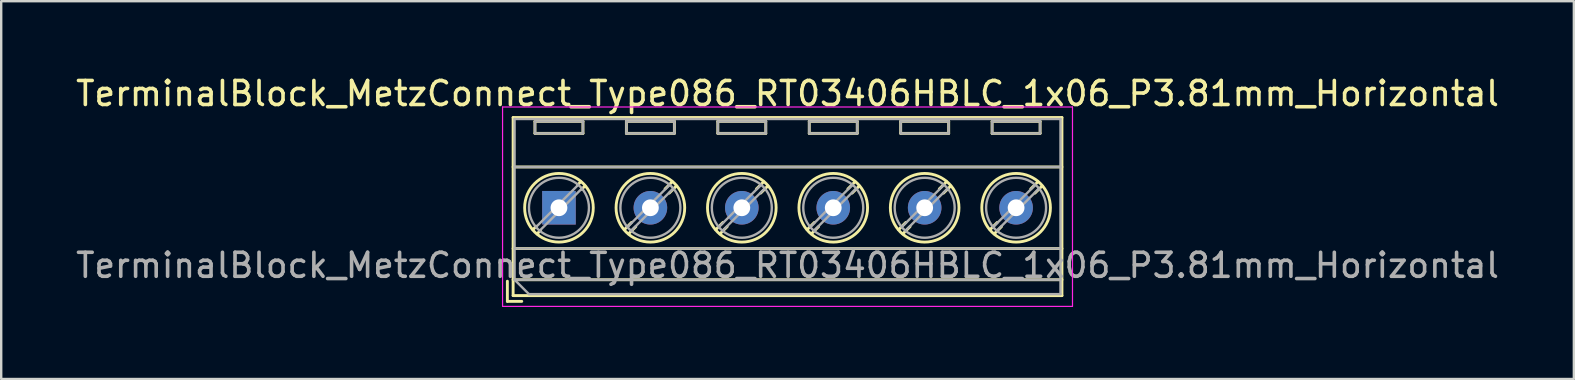
<source format=kicad_pcb>
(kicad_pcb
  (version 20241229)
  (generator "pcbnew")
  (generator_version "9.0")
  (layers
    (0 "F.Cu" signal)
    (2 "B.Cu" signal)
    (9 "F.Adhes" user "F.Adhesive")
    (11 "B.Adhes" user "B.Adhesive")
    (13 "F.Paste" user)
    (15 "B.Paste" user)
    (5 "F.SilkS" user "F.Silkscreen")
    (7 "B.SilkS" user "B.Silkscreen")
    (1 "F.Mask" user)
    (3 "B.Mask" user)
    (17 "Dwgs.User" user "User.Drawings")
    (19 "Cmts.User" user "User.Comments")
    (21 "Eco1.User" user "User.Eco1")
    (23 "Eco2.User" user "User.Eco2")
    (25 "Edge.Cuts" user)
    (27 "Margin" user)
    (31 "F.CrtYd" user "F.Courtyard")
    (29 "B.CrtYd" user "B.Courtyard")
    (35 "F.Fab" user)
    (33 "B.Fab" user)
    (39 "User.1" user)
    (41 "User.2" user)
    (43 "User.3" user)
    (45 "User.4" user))
  (footprint "TerminalBlock_MetzConnect_Type086_RT03406HBLC_1x06_P3.81mm_Horizontal"
    (layer "F.Cu")
    (at 20.243 5.608)
    (property "Reference" "TerminalBlock_MetzConnect_Type086_RT03406HBLC_1x06_P3.81mm_Horizontal" (at 9.525 -4.76 0) (layer "F.SilkS") (effects (font (size 1 1) (thickness 0.15))))
    (attr through_hole)
    (fp_line (start -2.15 3.06) (end -2.15 3.9) (stroke (width 0.12) (type solid)) (layer "F.SilkS"))
    (fp_line (start -2.15 3.9) (end -1.55 3.9) (stroke (width 0.12) (type solid)) (layer "F.SilkS"))
    (fp_line (start -1.91 -3.76) (end -1.91 3.66) (stroke (width 0.12) (type solid)) (layer "F.SilkS"))
    (fp_line (start -1.91 -3.76) (end 20.96 -3.76) (stroke (width 0.12) (type solid)) (layer "F.SilkS"))
    (fp_line (start -1.91 -1.7) (end 20.96 -1.7) (stroke (width 0.12) (type solid)) (layer "F.SilkS"))
    (fp_line (start -1.91 1.701) (end 20.96 1.701) (stroke (width 0.12) (type solid)) (layer "F.SilkS"))
    (fp_line (start -1.91 3) (end 20.96 3) (stroke (width 0.12) (type solid)) (layer "F.SilkS"))
    (fp_line (start -1.91 3.66) (end 20.96 3.66) (stroke (width 0.12) (type solid)) (layer "F.SilkS"))
    (fp_line (start -1 -3.6) (end -1 -3.1) (stroke (width 0.12) (type solid)) (layer "F.SilkS"))
    (fp_line (start -1 -3.6) (end 1 -3.6) (stroke (width 0.12) (type solid)) (layer "F.SilkS"))
    (fp_line (start -1 -3.1) (end 1 -3.1) (stroke (width 0.12) (type solid)) (layer "F.SilkS"))
    (fp_line (start -0.946 0.771) (end -1.085 0.91) (stroke (width 0.12) (type solid)) (layer "F.SilkS"))
    (fp_line (start -0.771 0.945) (end -0.911 1.085) (stroke (width 0.12) (type solid)) (layer "F.SilkS"))
    (fp_line (start 0.911 -1.085) (end 0.771 -0.945) (stroke (width 0.12) (type solid)) (layer "F.SilkS"))
    (fp_line (start 1 -3.6) (end 1 -3.1) (stroke (width 0.12) (type solid)) (layer "F.SilkS"))
    (fp_line (start 1.085 -0.91) (end 0.945 -0.771) (stroke (width 0.12) (type solid)) (layer "F.SilkS"))
    (fp_line (start 2.81 -3.6) (end 2.81 -3.1) (stroke (width 0.12) (type solid)) (layer "F.SilkS"))
    (fp_line (start 2.81 -3.6) (end 4.81 -3.6) (stroke (width 0.12) (type solid)) (layer "F.SilkS"))
    (fp_line (start 2.81 -3.1) (end 4.81 -3.1) (stroke (width 0.12) (type solid)) (layer "F.SilkS"))
    (fp_line (start 3.025 0.611) (end 2.726 0.91) (stroke (width 0.12) (type solid)) (layer "F.SilkS"))
    (fp_line (start 3.2 0.786) (end 2.9 1.085) (stroke (width 0.12) (type solid)) (layer "F.SilkS"))
    (fp_line (start 4.721 -1.085) (end 4.421 -0.786) (stroke (width 0.12) (type solid)) (layer "F.SilkS"))
    (fp_line (start 4.81 -3.6) (end 4.81 -3.1) (stroke (width 0.12) (type solid)) (layer "F.SilkS"))
    (fp_line (start 4.895 -0.91) (end 4.596 -0.611) (stroke (width 0.12) (type solid)) (layer "F.SilkS"))
    (fp_line (start 6.62 -3.6) (end 6.62 -3.1) (stroke (width 0.12) (type solid)) (layer "F.SilkS"))
    (fp_line (start 6.62 -3.6) (end 8.62 -3.6) (stroke (width 0.12) (type solid)) (layer "F.SilkS"))
    (fp_line (start 6.62 -3.1) (end 8.62 -3.1) (stroke (width 0.12) (type solid)) (layer "F.SilkS"))
    (fp_line (start 6.835 0.611) (end 6.536 0.91) (stroke (width 0.12) (type solid)) (layer "F.SilkS"))
    (fp_line (start 7.01 0.786) (end 6.71 1.085) (stroke (width 0.12) (type solid)) (layer "F.SilkS"))
    (fp_line (start 8.531 -1.085) (end 8.231 -0.786) (stroke (width 0.12) (type solid)) (layer "F.SilkS"))
    (fp_line (start 8.62 -3.6) (end 8.62 -3.1) (stroke (width 0.12) (type solid)) (layer "F.SilkS"))
    (fp_line (start 8.705 -0.91) (end 8.406 -0.611) (stroke (width 0.12) (type solid)) (layer "F.SilkS"))
    (fp_line (start 10.43 -3.6) (end 10.43 -3.1) (stroke (width 0.12) (type solid)) (layer "F.SilkS"))
    (fp_line (start 10.43 -3.6) (end 12.43 -3.6) (stroke (width 0.12) (type solid)) (layer "F.SilkS"))
    (fp_line (start 10.43 -3.1) (end 12.43 -3.1) (stroke (width 0.12) (type solid)) (layer "F.SilkS"))
    (fp_line (start 10.645 0.611) (end 10.346 0.91) (stroke (width 0.12) (type solid)) (layer "F.SilkS"))
    (fp_line (start 10.82 0.786) (end 10.52 1.085) (stroke (width 0.12) (type solid)) (layer "F.SilkS"))
    (fp_line (start 12.341 -1.085) (end 12.041 -0.786) (stroke (width 0.12) (type solid)) (layer "F.SilkS"))
    (fp_line (start 12.43 -3.6) (end 12.43 -3.1) (stroke (width 0.12) (type solid)) (layer "F.SilkS"))
    (fp_line (start 12.515 -0.91) (end 12.216 -0.611) (stroke (width 0.12) (type solid)) (layer "F.SilkS"))
    (fp_line (start 14.24 -3.6) (end 14.24 -3.1) (stroke (width 0.12) (type solid)) (layer "F.SilkS"))
    (fp_line (start 14.24 -3.6) (end 16.241 -3.6) (stroke (width 0.12) (type solid)) (layer "F.SilkS"))
    (fp_line (start 14.24 -3.1) (end 16.241 -3.1) (stroke (width 0.12) (type solid)) (layer "F.SilkS"))
    (fp_line (start 14.455 0.611) (end 14.156 0.91) (stroke (width 0.12) (type solid)) (layer "F.SilkS"))
    (fp_line (start 14.63 0.786) (end 14.33 1.085) (stroke (width 0.12) (type solid)) (layer "F.SilkS"))
    (fp_line (start 16.151 -1.085) (end 15.851 -0.786) (stroke (width 0.12) (type solid)) (layer "F.SilkS"))
    (fp_line (start 16.241 -3.6) (end 16.241 -3.1) (stroke (width 0.12) (type solid)) (layer "F.SilkS"))
    (fp_line (start 16.325 -0.91) (end 16.026 -0.611) (stroke (width 0.12) (type solid)) (layer "F.SilkS"))
    (fp_line (start 18.05 -3.6) (end 18.05 -3.1) (stroke (width 0.12) (type solid)) (layer "F.SilkS"))
    (fp_line (start 18.05 -3.6) (end 20.05 -3.6) (stroke (width 0.12) (type solid)) (layer "F.SilkS"))
    (fp_line (start 18.05 -3.1) (end 20.05 -3.1) (stroke (width 0.12) (type solid)) (layer "F.SilkS"))
    (fp_line (start 18.265 0.611) (end 17.966 0.91) (stroke (width 0.12) (type solid)) (layer "F.SilkS"))
    (fp_line (start 18.44 0.786) (end 18.14 1.085) (stroke (width 0.12) (type solid)) (layer "F.SilkS"))
    (fp_line (start 19.961 -1.085) (end 19.661 -0.786) (stroke (width 0.12) (type solid)) (layer "F.SilkS"))
    (fp_line (start 20.05 -3.6) (end 20.05 -3.1) (stroke (width 0.12) (type solid)) (layer "F.SilkS"))
    (fp_line (start 20.135 -0.91) (end 19.836 -0.611) (stroke (width 0.12) (type solid)) (layer "F.SilkS"))
    (fp_line (start 20.96 -3.76) (end 20.96 3.66) (stroke (width 0.12) (type solid)) (layer "F.SilkS"))
    (fp_circle (center 0 0) (end 1.43 0) (stroke (width 0.12) (type solid)) (fill no) (layer "F.SilkS"))
    (fp_circle (center 3.81 0) (end 5.24 0) (stroke (width 0.12) (type solid)) (fill no) (layer "F.SilkS"))
    (fp_circle (center 7.62 0) (end 9.05 0) (stroke (width 0.12) (type solid)) (fill no) (layer "F.SilkS"))
    (fp_circle (center 11.43 0) (end 12.86 0) (stroke (width 0.12) (type solid)) (fill no) (layer "F.SilkS"))
    (fp_circle (center 15.24 0) (end 16.67 0) (stroke (width 0.12) (type solid)) (fill no) (layer "F.SilkS"))
    (fp_circle (center 19.05 0) (end 20.48 0) (stroke (width 0.12) (type solid)) (fill no) (layer "F.SilkS"))
    (fp_line (start -2.35 -4.2) (end -2.35 4.11) (stroke (width 0.05) (type solid)) (layer "F.CrtYd"))
    (fp_line (start -2.35 4.11) (end 21.4 4.11) (stroke (width 0.05) (type solid)) (layer "F.CrtYd"))
    (fp_line (start 21.4 -4.2) (end -2.35 -4.2) (stroke (width 0.05) (type solid)) (layer "F.CrtYd"))
    (fp_line (start 21.4 4.11) (end 21.4 -4.2) (stroke (width 0.05) (type solid)) (layer "F.CrtYd"))
    (fp_line (start -1.85 -3.7) (end 20.9 -3.7) (stroke (width 0.1) (type solid)) (layer "F.Fab"))
    (fp_line (start -1.85 -1.7) (end 20.9 -1.7) (stroke (width 0.1) (type solid)) (layer "F.Fab"))
    (fp_line (start -1.85 1.7) (end 20.9 1.7) (stroke (width 0.1) (type solid)) (layer "F.Fab"))
    (fp_line (start -1.85 3) (end -1.85 -3.7) (stroke (width 0.1) (type solid)) (layer "F.Fab"))
    (fp_line (start -1.85 3) (end 20.9 3) (stroke (width 0.1) (type solid)) (layer "F.Fab"))
    (fp_line (start -1.25 3.6) (end -1.85 3) (stroke (width 0.1) (type solid)) (layer "F.Fab"))
    (fp_line (start -1 -3.6) (end -1 -3.1) (stroke (width 0.1) (type solid)) (layer "F.Fab"))
    (fp_line (start -1 -3.1) (end 1 -3.1) (stroke (width 0.1) (type solid)) (layer "F.Fab"))
    (fp_line (start 0.796 -0.948) (end -0.949 0.796) (stroke (width 0.1) (type solid)) (layer "F.Fab"))
    (fp_line (start 0.949 -0.796) (end -0.796 0.948) (stroke (width 0.1) (type solid)) (layer "F.Fab"))
    (fp_line (start 1 -3.6) (end -1 -3.6) (stroke (width 0.1) (type solid)) (layer "F.Fab"))
    (fp_line (start 1 -3.1) (end 1 -3.6) (stroke (width 0.1) (type solid)) (layer "F.Fab"))
    (fp_line (start 2.81 -3.6) (end 2.81 -3.1) (stroke (width 0.1) (type solid)) (layer "F.Fab"))
    (fp_line (start 2.81 -3.1) (end 4.81 -3.1) (stroke (width 0.1) (type solid)) (layer "F.Fab"))
    (fp_line (start 4.606 -0.948) (end 2.862 0.796) (stroke (width 0.1) (type solid)) (layer "F.Fab"))
    (fp_line (start 4.759 -0.796) (end 3.015 0.948) (stroke (width 0.1) (type solid)) (layer "F.Fab"))
    (fp_line (start 4.81 -3.6) (end 2.81 -3.6) (stroke (width 0.1) (type solid)) (layer "F.Fab"))
    (fp_line (start 4.81 -3.1) (end 4.81 -3.6) (stroke (width 0.1) (type solid)) (layer "F.Fab"))
    (fp_line (start 6.62 -3.6) (end 6.62 -3.1) (stroke (width 0.1) (type solid)) (layer "F.Fab"))
    (fp_line (start 6.62 -3.1) (end 8.62 -3.1) (stroke (width 0.1) (type solid)) (layer "F.Fab"))
    (fp_line (start 8.416 -0.948) (end 6.672 0.796) (stroke (width 0.1) (type solid)) (layer "F.Fab"))
    (fp_line (start 8.569 -0.796) (end 6.825 0.948) (stroke (width 0.1) (type solid)) (layer "F.Fab"))
    (fp_line (start 8.62 -3.6) (end 6.62 -3.6) (stroke (width 0.1) (type solid)) (layer "F.Fab"))
    (fp_line (start 8.62 -3.1) (end 8.62 -3.6) (stroke (width 0.1) (type solid)) (layer "F.Fab"))
    (fp_line (start 10.43 -3.6) (end 10.43 -3.1) (stroke (width 0.1) (type solid)) (layer "F.Fab"))
    (fp_line (start 10.43 -3.1) (end 12.43 -3.1) (stroke (width 0.1) (type solid)) (layer "F.Fab"))
    (fp_line (start 12.226 -0.948) (end 10.482 0.796) (stroke (width 0.1) (type solid)) (layer "F.Fab"))
    (fp_line (start 12.379 -0.796) (end 10.635 0.948) (stroke (width 0.1) (type solid)) (layer "F.Fab"))
    (fp_line (start 12.43 -3.6) (end 10.43 -3.6) (stroke (width 0.1) (type solid)) (layer "F.Fab"))
    (fp_line (start 12.43 -3.1) (end 12.43 -3.6) (stroke (width 0.1) (type solid)) (layer "F.Fab"))
    (fp_line (start 14.24 -3.6) (end 14.24 -3.1) (stroke (width 0.1) (type solid)) (layer "F.Fab"))
    (fp_line (start 14.24 -3.1) (end 16.24 -3.1) (stroke (width 0.1) (type solid)) (layer "F.Fab"))
    (fp_line (start 16.036 -0.948) (end 14.292 0.796) (stroke (width 0.1) (type solid)) (layer "F.Fab"))
    (fp_line (start 16.189 -0.796) (end 14.445 0.948) (stroke (width 0.1) (type solid)) (layer "F.Fab"))
    (fp_line (start 16.24 -3.6) (end 14.24 -3.6) (stroke (width 0.1) (type solid)) (layer "F.Fab"))
    (fp_line (start 16.24 -3.1) (end 16.24 -3.6) (stroke (width 0.1) (type solid)) (layer "F.Fab"))
    (fp_line (start 18.05 -3.6) (end 18.05 -3.1) (stroke (width 0.1) (type solid)) (layer "F.Fab"))
    (fp_line (start 18.05 -3.1) (end 20.05 -3.1) (stroke (width 0.1) (type solid)) (layer "F.Fab"))
    (fp_line (start 19.846 -0.948) (end 18.102 0.796) (stroke (width 0.1) (type solid)) (layer "F.Fab"))
    (fp_line (start 19.999 -0.796) (end 18.255 0.948) (stroke (width 0.1) (type solid)) (layer "F.Fab"))
    (fp_line (start 20.05 -3.6) (end 18.05 -3.6) (stroke (width 0.1) (type solid)) (layer "F.Fab"))
    (fp_line (start 20.05 -3.1) (end 20.05 -3.6) (stroke (width 0.1) (type solid)) (layer "F.Fab"))
    (fp_line (start 20.9 -3.7) (end 20.9 3.6) (stroke (width 0.1) (type solid)) (layer "F.Fab"))
    (fp_line (start 20.9 3.6) (end -1.25 3.6) (stroke (width 0.1) (type solid)) (layer "F.Fab"))
    (fp_circle (center 0 0) (end 1.25 0) (stroke (width 0.1) (type solid)) (fill no) (layer "F.Fab"))
    (fp_circle (center 3.81 0) (end 5.06 0) (stroke (width 0.1) (type solid)) (fill no) (layer "F.Fab"))
    (fp_circle (center 7.62 0) (end 8.87 0) (stroke (width 0.1) (type solid)) (fill no) (layer "F.Fab"))
    (fp_circle (center 11.43 0) (end 12.68 0) (stroke (width 0.1) (type solid)) (fill no) (layer "F.Fab"))
    (fp_circle (center 15.24 0) (end 16.49 0) (stroke (width 0.1) (type solid)) (fill no) (layer "F.Fab"))
    (fp_circle (center 19.05 0) (end 20.3 0) (stroke (width 0.1) (type solid)) (fill no) (layer "F.Fab"))
    (fp_text user "${REFERENCE}" (at 9.525 2.4 0) (layer "F.Fab") (effects (font (size 1 1) (thickness 0.15))))
    (pad "1" thru_hole rect (at 0 0) (size 1.4 1.4) (drill 0.7) (layers "*.Cu" "*.Mask"))
    (pad "2" thru_hole circle (at 3.81 0) (size 1.4 1.4) (drill 0.7) (layers "*.Cu" "*.Mask"))
    (pad "3" thru_hole circle (at 7.62 0) (size 1.4 1.4) (drill 0.7) (layers "*.Cu" "*.Mask"))
    (pad "4" thru_hole circle (at 11.43 0) (size 1.4 1.4) (drill 0.7) (layers "*.Cu" "*.Mask"))
    (pad "5" thru_hole circle (at 15.24 0) (size 1.4 1.4) (drill 0.7) (layers "*.Cu" "*.Mask"))
    (pad "6" thru_hole circle (at 19.05 0) (size 1.4 1.4) (drill 0.7) (layers "*.Cu" "*.Mask")))
  (gr_rect
    (start -3 -3)
    (end 62.536 12.743)
    (stroke (width 0.1) (type default))
    (fill no)
    (layer "Edge.Cuts")))
</source>
